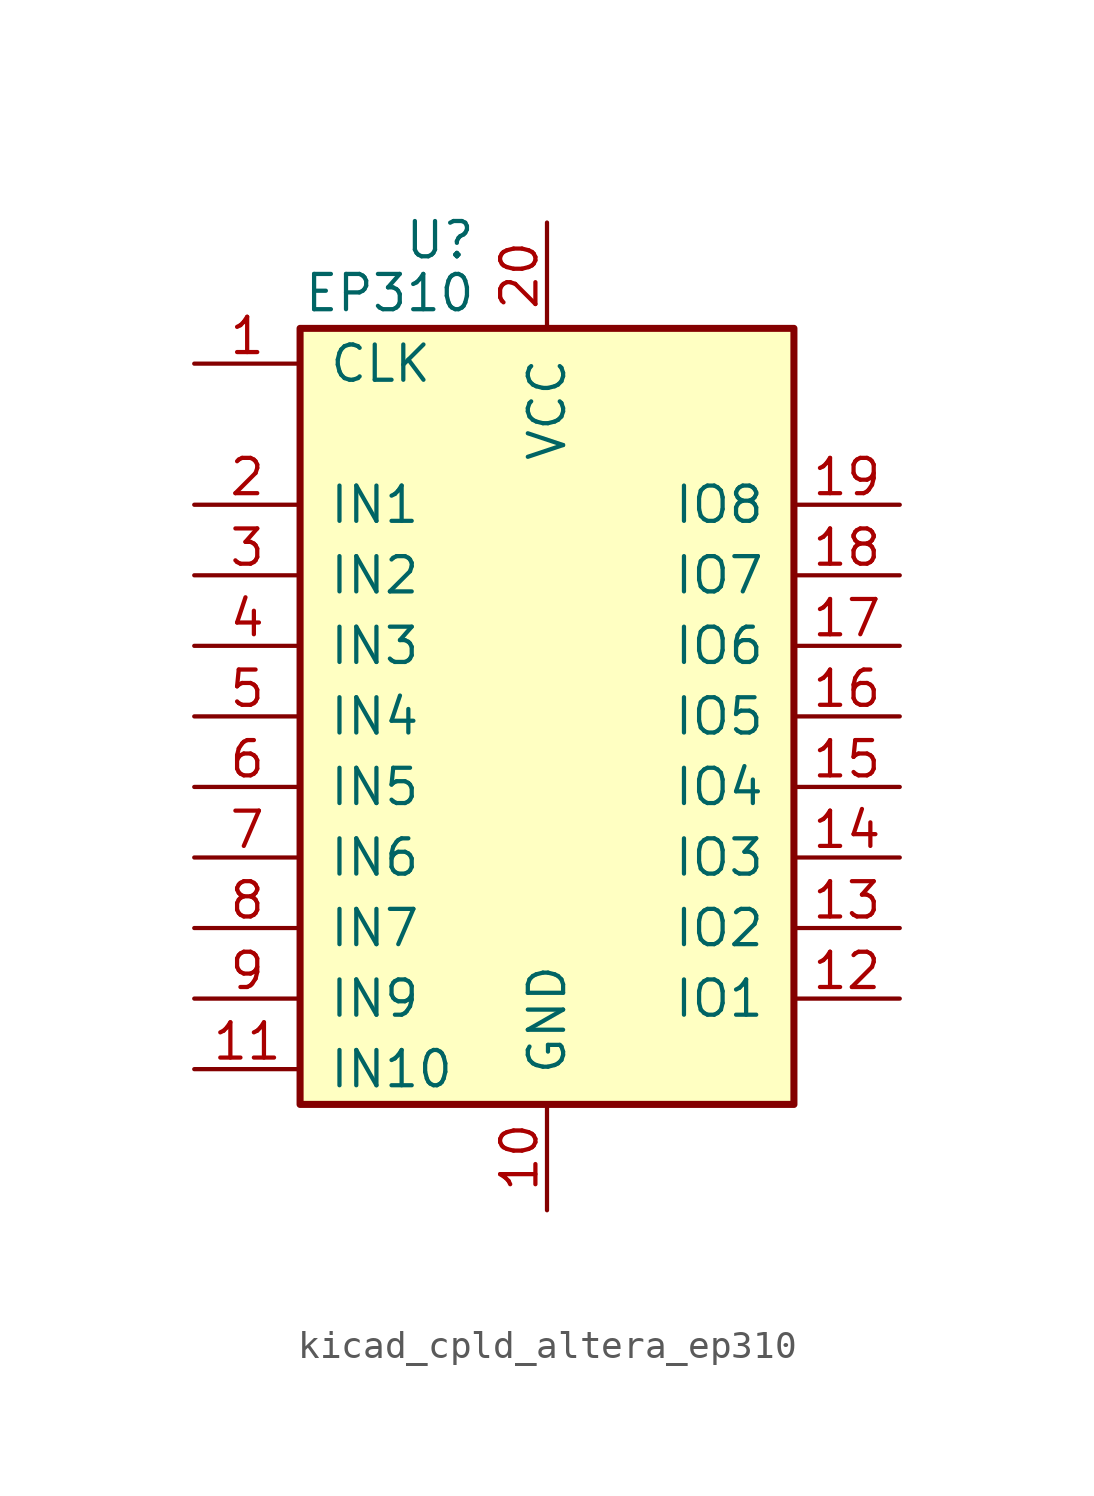
<source format=kicad_sym>
(kicad_symbol_lib
  (version 20220914)
  (generator kicad_symbol_editor)
  (symbol "kicad_cpld_altera_ep310"
    (pin_names
      (offset 1.016))
    (property "Reference" "U"
      (at -2.54 17.145 0)
      (effects (font (size 1.27 1.27)) (justify right)))
    (property "Value" "EP310"
      (at -2.54 15.24 0)
      (effects (font (size 1.27 1.27)) (justify right)))
    (symbol "kicad_cpld_altera_ep310_0_1"
      (rectangle (start -8.89 -13.97) (end 8.89 13.97) (stroke (width 0.254) (type default)) (fill (type background))))
    (symbol "kicad_cpld_altera_ep310_1_1"
      (pin input line (at -12.7 12.7 0) (length 3.81) (name "CLK" (effects (font (size 1.27 1.27)))) (number "1" (effects (font (size 1.27 1.27)))))
      (pin power_in line (at 0 -17.78 90) (length 3.81) (name "GND" (effects (font (size 1.27 1.27)))) (number "10" (effects (font (size 1.27 1.27)))))
      (pin input line (at -12.7 -12.7 0) (length 3.81) (name "IN10" (effects (font (size 1.27 1.27)))) (number "11" (effects (font (size 1.27 1.27)))))
      (pin input line (at 12.7 -10.16 180) (length 3.81) (name "IO1" (effects (font (size 1.27 1.27)))) (number "12" (effects (font (size 1.27 1.27)))))
      (pin input line (at 12.7 -7.62 180) (length 3.81) (name "IO2" (effects (font (size 1.27 1.27)))) (number "13" (effects (font (size 1.27 1.27)))))
      (pin input line (at 12.7 -5.08 180) (length 3.81) (name "IO3" (effects (font (size 1.27 1.27)))) (number "14" (effects (font (size 1.27 1.27)))))
      (pin input line (at 12.7 -2.54 180) (length 3.81) (name "IO4" (effects (font (size 1.27 1.27)))) (number "15" (effects (font (size 1.27 1.27)))))
      (pin input line (at 12.7 0 180) (length 3.81) (name "IO5" (effects (font (size 1.27 1.27)))) (number "16" (effects (font (size 1.27 1.27)))))
      (pin input line (at 12.7 2.54 180) (length 3.81) (name "IO6" (effects (font (size 1.27 1.27)))) (number "17" (effects (font (size 1.27 1.27)))))
      (pin input line (at 12.7 5.08 180) (length 3.81) (name "IO7" (effects (font (size 1.27 1.27)))) (number "18" (effects (font (size 1.27 1.27)))))
      (pin input line (at 12.7 7.62 180) (length 3.81) (name "IO8" (effects (font (size 1.27 1.27)))) (number "19" (effects (font (size 1.27 1.27)))))
      (pin input line (at -12.7 7.62 0) (length 3.81) (name "IN1" (effects (font (size 1.27 1.27)))) (number "2" (effects (font (size 1.27 1.27)))))
      (pin power_in line (at 0 17.78 270) (length 3.81) (name "VCC" (effects (font (size 1.27 1.27)))) (number "20" (effects (font (size 1.27 1.27)))))
      (pin input line (at -12.7 5.08 0) (length 3.81) (name "IN2" (effects (font (size 1.27 1.27)))) (number "3" (effects (font (size 1.27 1.27)))))
      (pin input line (at -12.7 2.54 0) (length 3.81) (name "IN3" (effects (font (size 1.27 1.27)))) (number "4" (effects (font (size 1.27 1.27)))))
      (pin input line (at -12.7 0 0) (length 3.81) (name "IN4" (effects (font (size 1.27 1.27)))) (number "5" (effects (font (size 1.27 1.27)))))
      (pin input line (at -12.7 -2.54 0) (length 3.81) (name "IN5" (effects (font (size 1.27 1.27)))) (number "6" (effects (font (size 1.27 1.27)))))
      (pin input line (at -12.7 -5.08 0) (length 3.81) (name "IN6" (effects (font (size 1.27 1.27)))) (number "7" (effects (font (size 1.27 1.27)))))
      (pin input line (at -12.7 -7.62 0) (length 3.81) (name "IN7" (effects (font (size 1.27 1.27)))) (number "8" (effects (font (size 1.27 1.27)))))
      (pin input line (at -12.7 -10.16 0) (length 3.81) (name "IN9" (effects (font (size 1.27 1.27)))) (number "9" (effects (font (size 1.27 1.27))))))))
</source>
